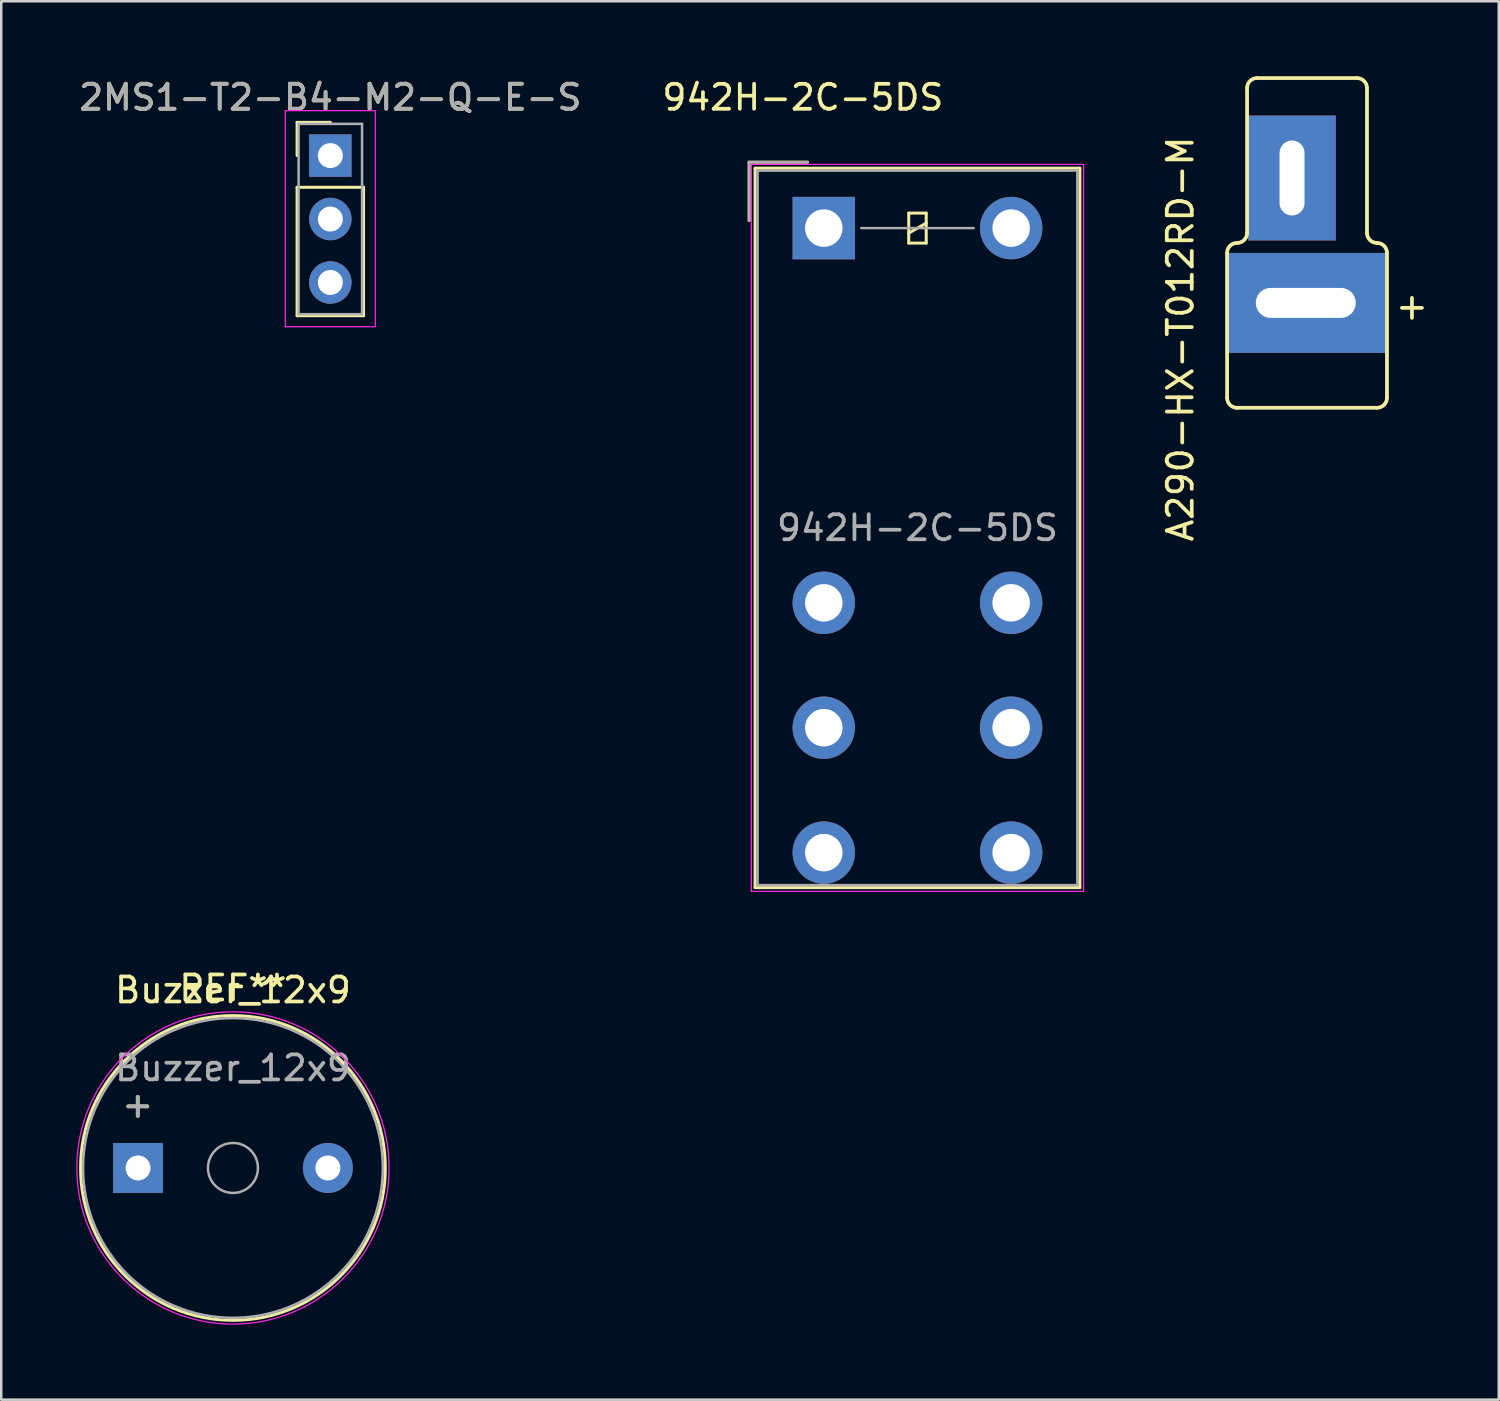
<source format=kicad_pcb>
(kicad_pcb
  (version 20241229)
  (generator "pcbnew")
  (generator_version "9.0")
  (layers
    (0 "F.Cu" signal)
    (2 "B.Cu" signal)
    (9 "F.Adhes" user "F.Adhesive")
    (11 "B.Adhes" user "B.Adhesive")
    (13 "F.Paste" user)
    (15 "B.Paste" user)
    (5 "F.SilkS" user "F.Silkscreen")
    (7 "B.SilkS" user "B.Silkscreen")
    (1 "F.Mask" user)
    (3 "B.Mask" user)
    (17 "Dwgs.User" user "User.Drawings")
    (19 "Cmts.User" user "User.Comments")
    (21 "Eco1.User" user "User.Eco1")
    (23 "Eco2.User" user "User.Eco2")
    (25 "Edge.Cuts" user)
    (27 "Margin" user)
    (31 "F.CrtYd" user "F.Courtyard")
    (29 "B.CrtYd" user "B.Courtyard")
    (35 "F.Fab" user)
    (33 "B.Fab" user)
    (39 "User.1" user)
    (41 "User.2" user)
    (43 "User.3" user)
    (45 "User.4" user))
  (footprint "A290-HX-T012RD-M"
    (layer "F.Cu")
    (at 48.646 9.25)
    (property "Reference" "A290-HX-T012RD-M" (at -4.445 1.27 90) (layer "F.SilkS") (effects (font (size 1 1) (thickness 0.15))))
    (attr through_hole)
    (fp_line (start -2.575 -2.175) (end -2.575 3.625) (stroke (width 0.15) (type solid)) (layer "F.SilkS"))
    (fp_line (start -2.175 4.025) (end 3.425 4.025) (stroke (width 0.15) (type solid)) (layer "F.SilkS"))
    (fp_line (start -1.775 -8.775) (end -1.775 -2.975) (stroke (width 0.15) (type solid)) (layer "F.SilkS"))
    (fp_line (start -1.375 -9.175) (end 2.625 -9.175) (stroke (width 0.15) (type solid)) (layer "F.SilkS"))
    (fp_line (start 3.025 -8.775) (end 3.025 -2.975) (stroke (width 0.15) (type solid)) (layer "F.SilkS"))
    (fp_line (start 3.825 -2.175) (end 3.825 3.625) (stroke (width 0.15) (type solid)) (layer "F.SilkS"))
    (fp_line (start 4.425 0.025) (end 5.225 0.025) (stroke (width 0.15) (type solid)) (layer "F.SilkS"))
    (fp_line (start 4.825 -0.375) (end 4.825 0.425) (stroke (width 0.15) (type solid)) (layer "F.SilkS"))
    (fp_arc (start -2.575 -2.175) (mid -2.457843 -2.457843) (end -2.175 -2.575) (stroke (width 0.15) (type solid)) (layer "F.SilkS"))
    (fp_arc (start -2.175 4.025) (mid -2.457843 3.907843) (end -2.575 3.625) (stroke (width 0.15) (type solid)) (layer "F.SilkS"))
    (fp_arc (start -1.775 -8.775) (mid -1.657843 -9.057843) (end -1.375 -9.175) (stroke (width 0.15) (type solid)) (layer "F.SilkS"))
    (fp_arc (start -1.775 -2.975) (mid -1.892157 -2.692157) (end -2.175 -2.575) (stroke (width 0.15) (type solid)) (layer "F.SilkS"))
    (fp_arc (start 2.625 -9.175) (mid 2.907843 -9.057843) (end 3.025 -8.775) (stroke (width 0.15) (type solid)) (layer "F.SilkS"))
    (fp_arc (start 3.425 -2.575) (mid 3.142157 -2.692157) (end 3.025 -2.975) (stroke (width 0.15) (type solid)) (layer "F.SilkS"))
    (fp_arc (start 3.425 -2.575) (mid 3.707843 -2.457843) (end 3.825 -2.175) (stroke (width 0.15) (type solid)) (layer "F.SilkS"))
    (fp_arc (start 3.825 3.625) (mid 3.707843 3.907843) (end 3.425 4.025) (stroke (width 0.15) (type solid)) (layer "F.SilkS"))
    (pad "1" thru_hole rect (at 0.575 -0.175 270) (size 4 6.4) (drill oval 1.2 4) (layers "*.Cu" "*.Mask"))
    (pad "2" thru_hole rect (at 0.025 -5.175) (size 3.5 5) (drill oval 1 3) (layers "*.Cu" "*.Mask")))
  (footprint "2MS1-T2-B4-M2-Q-E-S"
    (layer "F.Cu")
    (at 10.173 3.178)
    (property "Reference" "2MS1-T2-B4-M2-Q-E-S" (at 0 -2.33 0) (layer "F.SilkS") (effects (font (size 1 1) (thickness 0.15))))
    (attr through_hole)
    (fp_line (start -1.33 -1.33) (end 0 -1.33) (stroke (width 0.12) (type solid)) (layer "F.SilkS"))
    (fp_line (start -1.33 0) (end -1.33 -1.33) (stroke (width 0.12) (type solid)) (layer "F.SilkS"))
    (fp_line (start -1.33 1.27) (end -1.33 6.41) (stroke (width 0.12) (type solid)) (layer "F.SilkS"))
    (fp_line (start -1.33 6.41) (end 1.33 6.41) (stroke (width 0.12) (type solid)) (layer "F.SilkS"))
    (fp_line (start 1.33 1.27) (end -1.33 1.27) (stroke (width 0.12) (type solid)) (layer "F.SilkS"))
    (fp_line (start 1.33 6.41) (end 1.33 1.27) (stroke (width 0.12) (type solid)) (layer "F.SilkS"))
    (fp_line (start -1.8 -1.8) (end -1.8 6.85) (stroke (width 0.05) (type solid)) (layer "F.CrtYd"))
    (fp_line (start -1.8 6.85) (end 1.8 6.85) (stroke (width 0.05) (type solid)) (layer "F.CrtYd"))
    (fp_line (start 1.8 -1.8) (end -1.8 -1.8) (stroke (width 0.05) (type solid)) (layer "F.CrtYd"))
    (fp_line (start 1.8 6.85) (end 1.8 -1.8) (stroke (width 0.05) (type solid)) (layer "F.CrtYd"))
    (fp_line (start -1.27 -1.27) (end -1.27 6.35) (stroke (width 0.1) (type solid)) (layer "F.Fab"))
    (fp_line (start -1.27 6.35) (end 1.27 6.35) (stroke (width 0.1) (type solid)) (layer "F.Fab"))
    (fp_line (start 1.27 -1.27) (end -1.27 -1.27) (stroke (width 0.1) (type solid)) (layer "F.Fab"))
    (fp_line (start 1.27 6.35) (end 1.27 -1.27) (stroke (width 0.1) (type solid)) (layer "F.Fab"))
    (fp_text user "${REFERENCE}" (at 0 -2.33 0) (layer "F.Fab") (effects (font (size 1 1) (thickness 0.15))))
    (pad "1" thru_hole rect (at 0 0) (size 1.7 1.7) (drill 1) (layers "*.Cu" "*.Mask"))
    (pad "2" thru_hole oval (at 0 2.54) (size 1.7 1.7) (drill 1) (layers "*.Cu" "*.Mask"))
    (pad "3" thru_hole oval (at 0 5.08) (size 1.7 1.7) (drill 1) (layers "*.Cu" "*.Mask")))
  (footprint "942H-2C-5DS"
    (layer "F.Cu")
    (at 29.927 6.081)
    (property "Reference" "942H-2C-5DS" (at -0.838 -5.232 0) (layer "F.SilkS") (effects (font (size 1 1) (thickness 0.15))))
    (attr through_hole)
    (fp_line (start -2.99 -2.64) (end -0.65 -2.64) (stroke (width 0.12) (type solid)) (layer "F.SilkS"))
    (fp_line (start -2.99 -0.3) (end -2.99 -2.64) (stroke (width 0.12) (type solid)) (layer "F.SilkS"))
    (fp_line (start -2.75 -2.4) (end -2.75 26.4) (stroke (width 0.12) (type solid)) (layer "F.SilkS"))
    (fp_line (start -2.75 26.4) (end 10.25 26.4) (stroke (width 0.12) (type solid)) (layer "F.SilkS"))
    (fp_line (start 3.4 -0.6) (end 3.4 0.6) (stroke (width 0.12) (type solid)) (layer "F.SilkS"))
    (fp_line (start 3.4 0.2) (end 4.1 -0.2) (stroke (width 0.12) (type solid)) (layer "F.SilkS"))
    (fp_line (start 3.4 0.6) (end 4.1 0.6) (stroke (width 0.12) (type solid)) (layer "F.SilkS"))
    (fp_line (start 4.1 -0.6) (end 3.4 -0.6) (stroke (width 0.12) (type solid)) (layer "F.SilkS"))
    (fp_line (start 4.1 0.6) (end 4.1 -0.6) (stroke (width 0.12) (type solid)) (layer "F.SilkS"))
    (fp_line (start 10.25 -2.4) (end -2.75 -2.4) (stroke (width 0.12) (type solid)) (layer "F.SilkS"))
    (fp_line (start 10.25 26.4) (end 10.25 -2.4) (stroke (width 0.12) (type solid)) (layer "F.SilkS"))
    (fp_line (start -2.9 -2.55) (end -2.9 26.55) (stroke (width 0.05) (type solid)) (layer "F.CrtYd"))
    (fp_line (start -2.9 26.55) (end 10.4 26.55) (stroke (width 0.05) (type solid)) (layer "F.CrtYd"))
    (fp_line (start 10.4 -2.55) (end -2.9 -2.55) (stroke (width 0.05) (type solid)) (layer "F.CrtYd"))
    (fp_line (start 10.4 26.55) (end 10.4 -2.55) (stroke (width 0.05) (type solid)) (layer "F.CrtYd"))
    (fp_line (start -2.99 -2.64) (end -0.65 -2.64) (stroke (width 0.1) (type solid)) (layer "F.Fab"))
    (fp_line (start -2.99 -0.3) (end -2.99 -2.64) (stroke (width 0.1) (type solid)) (layer "F.Fab"))
    (fp_line (start -2.65 -2.3) (end -2.65 26.3) (stroke (width 0.1) (type solid)) (layer "F.Fab"))
    (fp_line (start -2.65 26.3) (end 10.15 26.3) (stroke (width 0.1) (type solid)) (layer "F.Fab"))
    (fp_line (start 1.5 0) (end 6 0) (stroke (width 0.1) (type solid)) (layer "F.Fab"))
    (fp_line (start 10.15 -2.3) (end -2.65 -2.3) (stroke (width 0.1) (type solid)) (layer "F.Fab"))
    (fp_line (start 10.15 26.3) (end 10.15 -2.3) (stroke (width 0.1) (type solid)) (layer "F.Fab"))
    (fp_text user "${REFERENCE}" (at 3.75 12 0) (layer "F.Fab") (effects (font (size 1 1) (thickness 0.15))))
    (pad "1" thru_hole rect (at 0 0) (size 2.5 2.5) (drill 1.5) (layers "*.Cu" "*.Mask"))
    (pad "2" thru_hole oval (at 0 15) (size 2.5 2.5) (drill 1.5) (layers "*.Cu" "*.Mask"))
    (pad "3" thru_hole oval (at 0 20) (size 2.5 2.5) (drill 1.5) (layers "*.Cu" "*.Mask"))
    (pad "4" thru_hole oval (at 0 25) (size 2.5 2.5) (drill 1.5) (layers "*.Cu" "*.Mask"))
    (pad "5" thru_hole oval (at 7.5 25) (size 2.5 2.5) (drill 1.5) (layers "*.Cu" "*.Mask"))
    (pad "6" thru_hole oval (at 7.5 20) (size 2.5 2.5) (drill 1.5) (layers "*.Cu" "*.Mask"))
    (pad "7" thru_hole oval (at 7.5 15) (size 2.5 2.5) (drill 1.5) (layers "*.Cu" "*.Mask"))
    (pad "8" thru_hole oval (at 7.5 0) (size 2.5 2.5) (drill 1.5) (layers "*.Cu" "*.Mask")))
  (footprint "Buzzer_12x9"
    (layer "F.Cu")
    (at 6.275 43.704)
    (property "Reference" "Buzzer_12x9" (at 0 -7.12 0) (layer "F.SilkS") (effects (font (size 1 1) (thickness 0.15))))
    (attr through_hole)
    (fp_circle (center 0 0) (end 6.1 0) (stroke (width 0.12) (type solid)) (fill no) (layer "F.SilkS"))
    (fp_circle (center 0 0) (end 6.25 0) (stroke (width 0.05) (type solid)) (fill no) (layer "F.CrtYd"))
    (fp_circle (center 0 0) (end 1 0) (stroke (width 0.1) (type solid)) (fill no) (layer "F.Fab"))
    (fp_circle (center 0 0) (end 6 0) (stroke (width 0.1) (type solid)) (fill no) (layer "F.Fab"))
    (fp_text user "+" (at -3.81 -2.54 0) (layer "F.SilkS") (effects (font (size 1 1) (thickness 0.15))))
    (fp_text user "REF**" (at 0 -7.2 0) (layer "F.SilkS") (effects (font (size 1 1) (thickness 0.15))))
    (fp_text user "+" (at -3.81 -2.54 0) (layer "F.Fab") (effects (font (size 1 1) (thickness 0.15))))
    (fp_text user "${REFERENCE}" (at 0 -4 0) (layer "F.Fab") (effects (font (size 1 1) (thickness 0.15))))
    (pad "1" thru_hole rect (at -3.8 0) (size 2 2) (drill 1) (layers "*.Cu" "*.Mask"))
    (pad "2" thru_hole circle (at 3.8 0) (size 2 2) (drill 1) (layers "*.Cu" "*.Mask")))
  (gr_rect
    (start -3 -3)
    (end 56.946 52.979)
    (stroke (width 0.1) (type default))
    (fill no)
    (layer "Edge.Cuts")))
</source>
